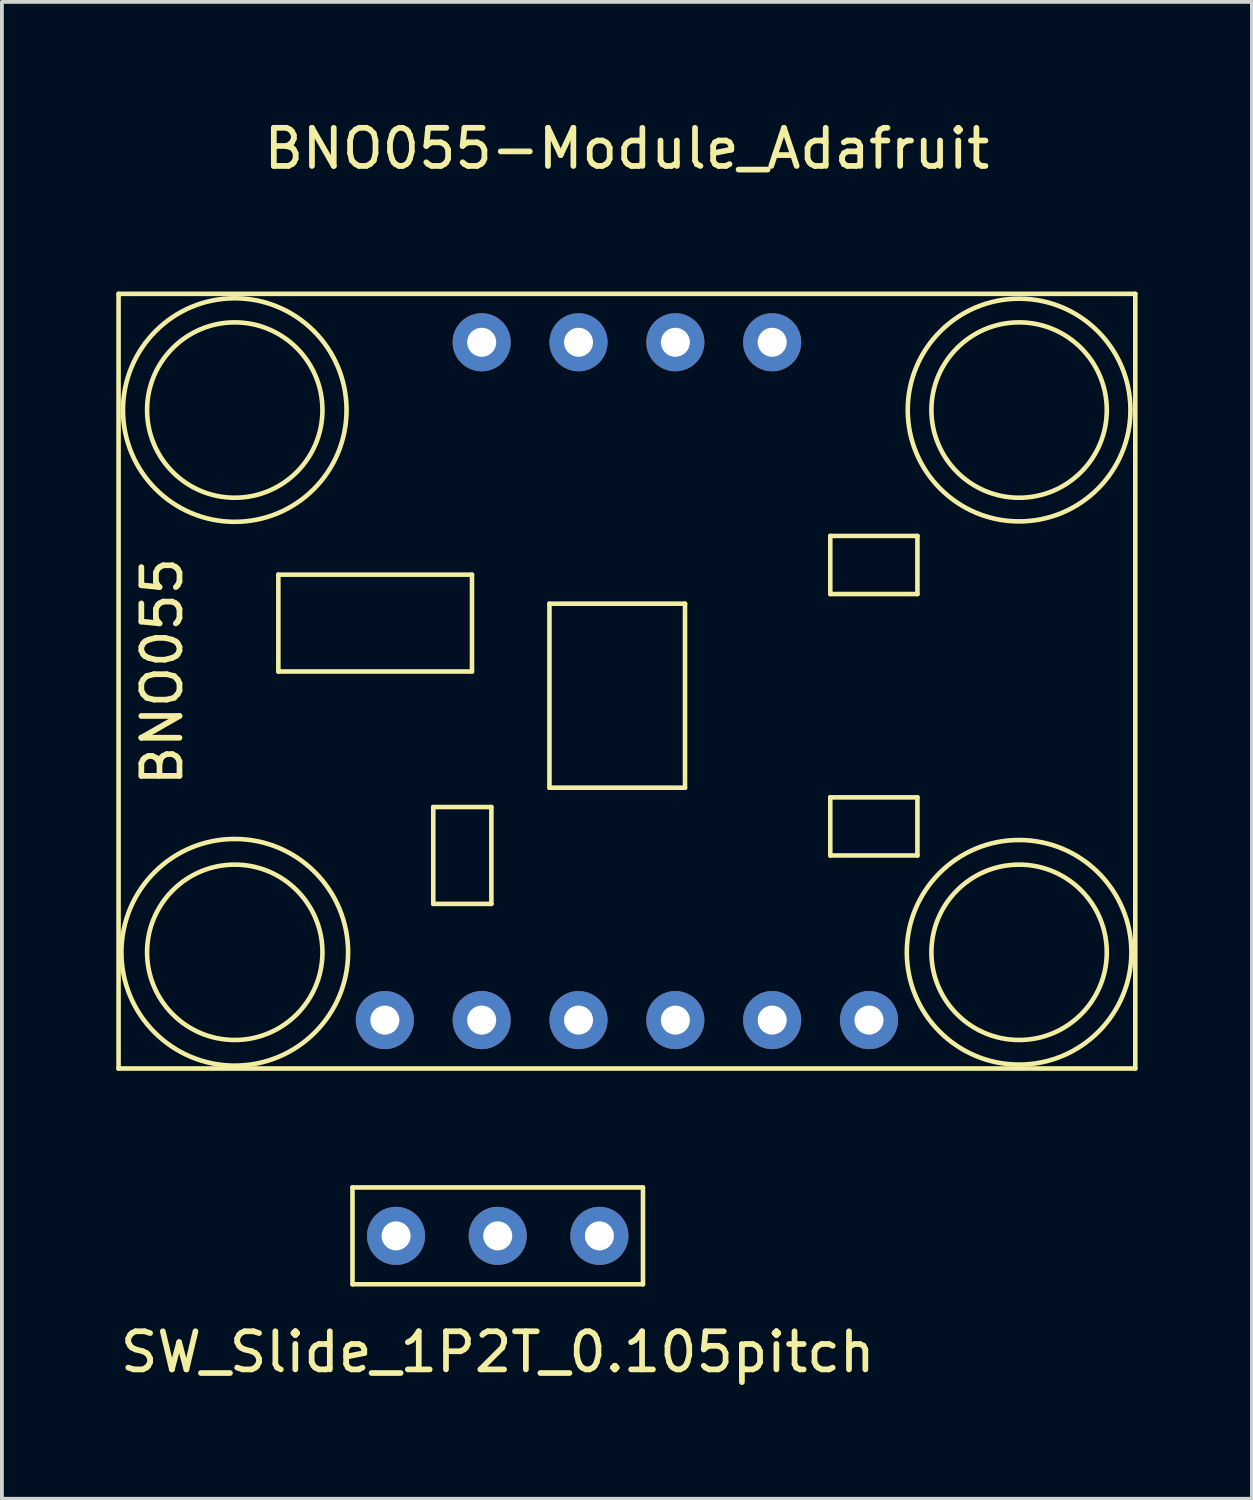
<source format=kicad_pcb>
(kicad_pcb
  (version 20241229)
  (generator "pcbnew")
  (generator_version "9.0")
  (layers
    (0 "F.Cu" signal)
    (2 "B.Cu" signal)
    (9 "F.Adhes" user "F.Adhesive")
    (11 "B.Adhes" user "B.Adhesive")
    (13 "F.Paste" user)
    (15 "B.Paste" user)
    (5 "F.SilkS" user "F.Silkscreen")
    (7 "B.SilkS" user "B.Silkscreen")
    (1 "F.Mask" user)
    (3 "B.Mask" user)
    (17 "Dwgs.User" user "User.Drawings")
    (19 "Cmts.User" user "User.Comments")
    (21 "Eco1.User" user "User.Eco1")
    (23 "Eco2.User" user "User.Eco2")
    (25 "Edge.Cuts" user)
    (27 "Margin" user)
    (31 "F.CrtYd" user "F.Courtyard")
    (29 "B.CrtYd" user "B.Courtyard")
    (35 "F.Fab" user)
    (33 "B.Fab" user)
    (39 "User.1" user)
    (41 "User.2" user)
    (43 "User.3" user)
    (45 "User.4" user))
  (footprint "BNO055-Module_Adafruit"
    (layer "F.Cu")
    (at 13.395 23.708)
    (property "Reference" "BNO055-Module_Adafruit" (at 0 -22.86 0) (layer "F.SilkS") (effects (font (size 1 1) (thickness 0.15))))
    (attr through_hole)
    (fp_line (start -13.335 -19.05) (end 13.335 -19.05) (stroke (width 0.12) (type solid)) (layer "F.SilkS"))
    (fp_line (start -13.335 1.27) (end -13.335 -19.05) (stroke (width 0.12) (type solid)) (layer "F.SilkS"))
    (fp_line (start -9.144 -11.684) (end -4.064 -11.684) (stroke (width 0.12) (type solid)) (layer "F.SilkS"))
    (fp_line (start -9.144 -9.144) (end -9.144 -11.684) (stroke (width 0.12) (type solid)) (layer "F.SilkS"))
    (fp_line (start -5.08 -5.588) (end -5.08 -3.048) (stroke (width 0.12) (type solid)) (layer "F.SilkS"))
    (fp_line (start -5.08 -3.048) (end -3.556 -3.048) (stroke (width 0.12) (type solid)) (layer "F.SilkS"))
    (fp_line (start -4.064 -11.684) (end -4.064 -9.144) (stroke (width 0.12) (type solid)) (layer "F.SilkS"))
    (fp_line (start -4.064 -9.144) (end -9.144 -9.144) (stroke (width 0.12) (type solid)) (layer "F.SilkS"))
    (fp_line (start -3.556 -5.588) (end -5.08 -5.588) (stroke (width 0.12) (type solid)) (layer "F.SilkS"))
    (fp_line (start -3.556 -3.048) (end -3.556 -5.588) (stroke (width 0.12) (type solid)) (layer "F.SilkS"))
    (fp_line (start -2.032 -10.922) (end 1.524 -10.922) (stroke (width 0.12) (type solid)) (layer "F.SilkS"))
    (fp_line (start -2.032 -6.096) (end -2.032 -10.922) (stroke (width 0.12) (type solid)) (layer "F.SilkS"))
    (fp_line (start 1.524 -10.922) (end 1.524 -6.096) (stroke (width 0.12) (type solid)) (layer "F.SilkS"))
    (fp_line (start 1.524 -6.096) (end -2.032 -6.096) (stroke (width 0.12) (type solid)) (layer "F.SilkS"))
    (fp_line (start 5.334 -12.7) (end 5.334 -11.176) (stroke (width 0.12) (type solid)) (layer "F.SilkS"))
    (fp_line (start 5.334 -11.176) (end 7.62 -11.176) (stroke (width 0.12) (type solid)) (layer "F.SilkS"))
    (fp_line (start 5.334 -5.842) (end 7.62 -5.842) (stroke (width 0.12) (type solid)) (layer "F.SilkS"))
    (fp_line (start 5.334 -4.318) (end 5.334 -5.842) (stroke (width 0.12) (type solid)) (layer "F.SilkS"))
    (fp_line (start 7.62 -12.7) (end 5.334 -12.7) (stroke (width 0.12) (type solid)) (layer "F.SilkS"))
    (fp_line (start 7.62 -11.176) (end 7.62 -12.7) (stroke (width 0.12) (type solid)) (layer "F.SilkS"))
    (fp_line (start 7.62 -5.842) (end 7.62 -4.318) (stroke (width 0.12) (type solid)) (layer "F.SilkS"))
    (fp_line (start 7.62 -4.318) (end 5.334 -4.318) (stroke (width 0.12) (type solid)) (layer "F.SilkS"))
    (fp_line (start 13.335 -19.05) (end 13.335 1.27) (stroke (width 0.12) (type solid)) (layer "F.SilkS"))
    (fp_line (start 13.335 1.27) (end -13.335 1.27) (stroke (width 0.12) (type solid)) (layer "F.SilkS"))
    (fp_circle (center -10.287 -16.002) (end -13.208 -15.748) (stroke (width 0.12) (type solid)) (fill no) (layer "F.SilkS"))
    (fp_circle (center -10.287 -16.002) (end -8.001 -15.748) (stroke (width 0.12) (type solid)) (fill no) (layer "F.SilkS"))
    (fp_circle (center -10.287 -1.778) (end -11.303 1.016) (stroke (width 0.12) (type solid)) (fill no) (layer "F.SilkS"))
    (fp_circle (center -10.287 -1.778) (end -8.001 -1.524) (stroke (width 0.12) (type solid)) (fill no) (layer "F.SilkS"))
    (fp_circle (center 10.287 -16.002) (end 12.573 -15.748) (stroke (width 0.12) (type solid)) (fill no) (layer "F.SilkS"))
    (fp_circle (center 10.287 -16.002) (end 13.208 -16.002) (stroke (width 0.12) (type solid)) (fill no) (layer "F.SilkS"))
    (fp_circle (center 10.287 -1.778) (end 12.573 -1.524) (stroke (width 0.12) (type solid)) (fill no) (layer "F.SilkS"))
    (fp_circle (center 10.287 -1.778) (end 13.208 -1.397) (stroke (width 0.12) (type solid)) (fill no) (layer "F.SilkS"))
    (fp_text user "BNO055" (at -12.192 -9.144 90) (layer "F.SilkS") (effects (font (size 1 1) (thickness 0.15))))
    (pad "1" thru_hole circle (at -6.35 0) (size 1.524 1.524) (drill 0.762) (layers "*.Cu" "*.Mask"))
    (pad "2" thru_hole circle (at -3.81 0) (size 1.524 1.524) (drill 0.762) (layers "*.Cu" "*.Mask"))
    (pad "3" thru_hole circle (at -1.27 0) (size 1.524 1.524) (drill 0.762) (layers "*.Cu" "*.Mask"))
    (pad "4" thru_hole circle (at 1.27 0) (size 1.524 1.524) (drill 0.762) (layers "*.Cu" "*.Mask"))
    (pad "5" thru_hole circle (at 3.81 0) (size 1.524 1.524) (drill 0.762) (layers "*.Cu" "*.Mask"))
    (pad "6" thru_hole circle (at 6.35 0) (size 1.524 1.524) (drill 0.762) (layers "*.Cu" "*.Mask"))
    (pad "7" thru_hole circle (at 3.81 -17.78) (size 1.524 1.524) (drill 0.762) (layers "*.Cu" "*.Mask"))
    (pad "8" thru_hole circle (at 1.27 -17.78) (size 1.524 1.524) (drill 0.762) (layers "*.Cu" "*.Mask"))
    (pad "9" thru_hole circle (at -1.27 -17.78) (size 1.524 1.524) (drill 0.762) (layers "*.Cu" "*.Mask"))
    (pad "10" thru_hole circle (at -3.81 -17.78) (size 1.524 1.524) (drill 0.762) (layers "*.Cu" "*.Mask")))
  (footprint "SW_Slide_1P2T_0.105pitch"
    (layer "F.Cu")
    (at 10.006 29.368)
    (property "Reference" "SW_Slide_1P2T_0.105pitch" (at 0 3.048 0) (layer "F.SilkS") (effects (font (size 1 1) (thickness 0.15))))
    (attr through_hole)
    (fp_line (start -3.81 -1.27) (end -3.81 1.27) (stroke (width 0.12) (type solid)) (layer "F.SilkS"))
    (fp_line (start -3.81 1.27) (end 3.81 1.27) (stroke (width 0.12) (type solid)) (layer "F.SilkS"))
    (fp_line (start 3.81 -1.27) (end -3.81 -1.27) (stroke (width 0.12) (type solid)) (layer "F.SilkS"))
    (fp_line (start 3.81 1.27) (end 3.81 -1.27) (stroke (width 0.12) (type solid)) (layer "F.SilkS"))
    (pad "1" thru_hole circle (at -2.667 0) (size 1.524 1.524) (drill 0.762) (layers "*.Cu" "*.Mask"))
    (pad "2" thru_hole circle (at 0 0) (size 1.524 1.524) (drill 0.762) (layers "*.Cu" "*.Mask"))
    (pad "3" thru_hole circle (at 2.667 0) (size 1.524 1.524) (drill 0.762) (layers "*.Cu" "*.Mask")))
  (gr_rect
    (start -3 -3)
    (end 29.79 36.264)
    (stroke (width 0.1) (type default))
    (fill no)
    (layer "Edge.Cuts")))
</source>
